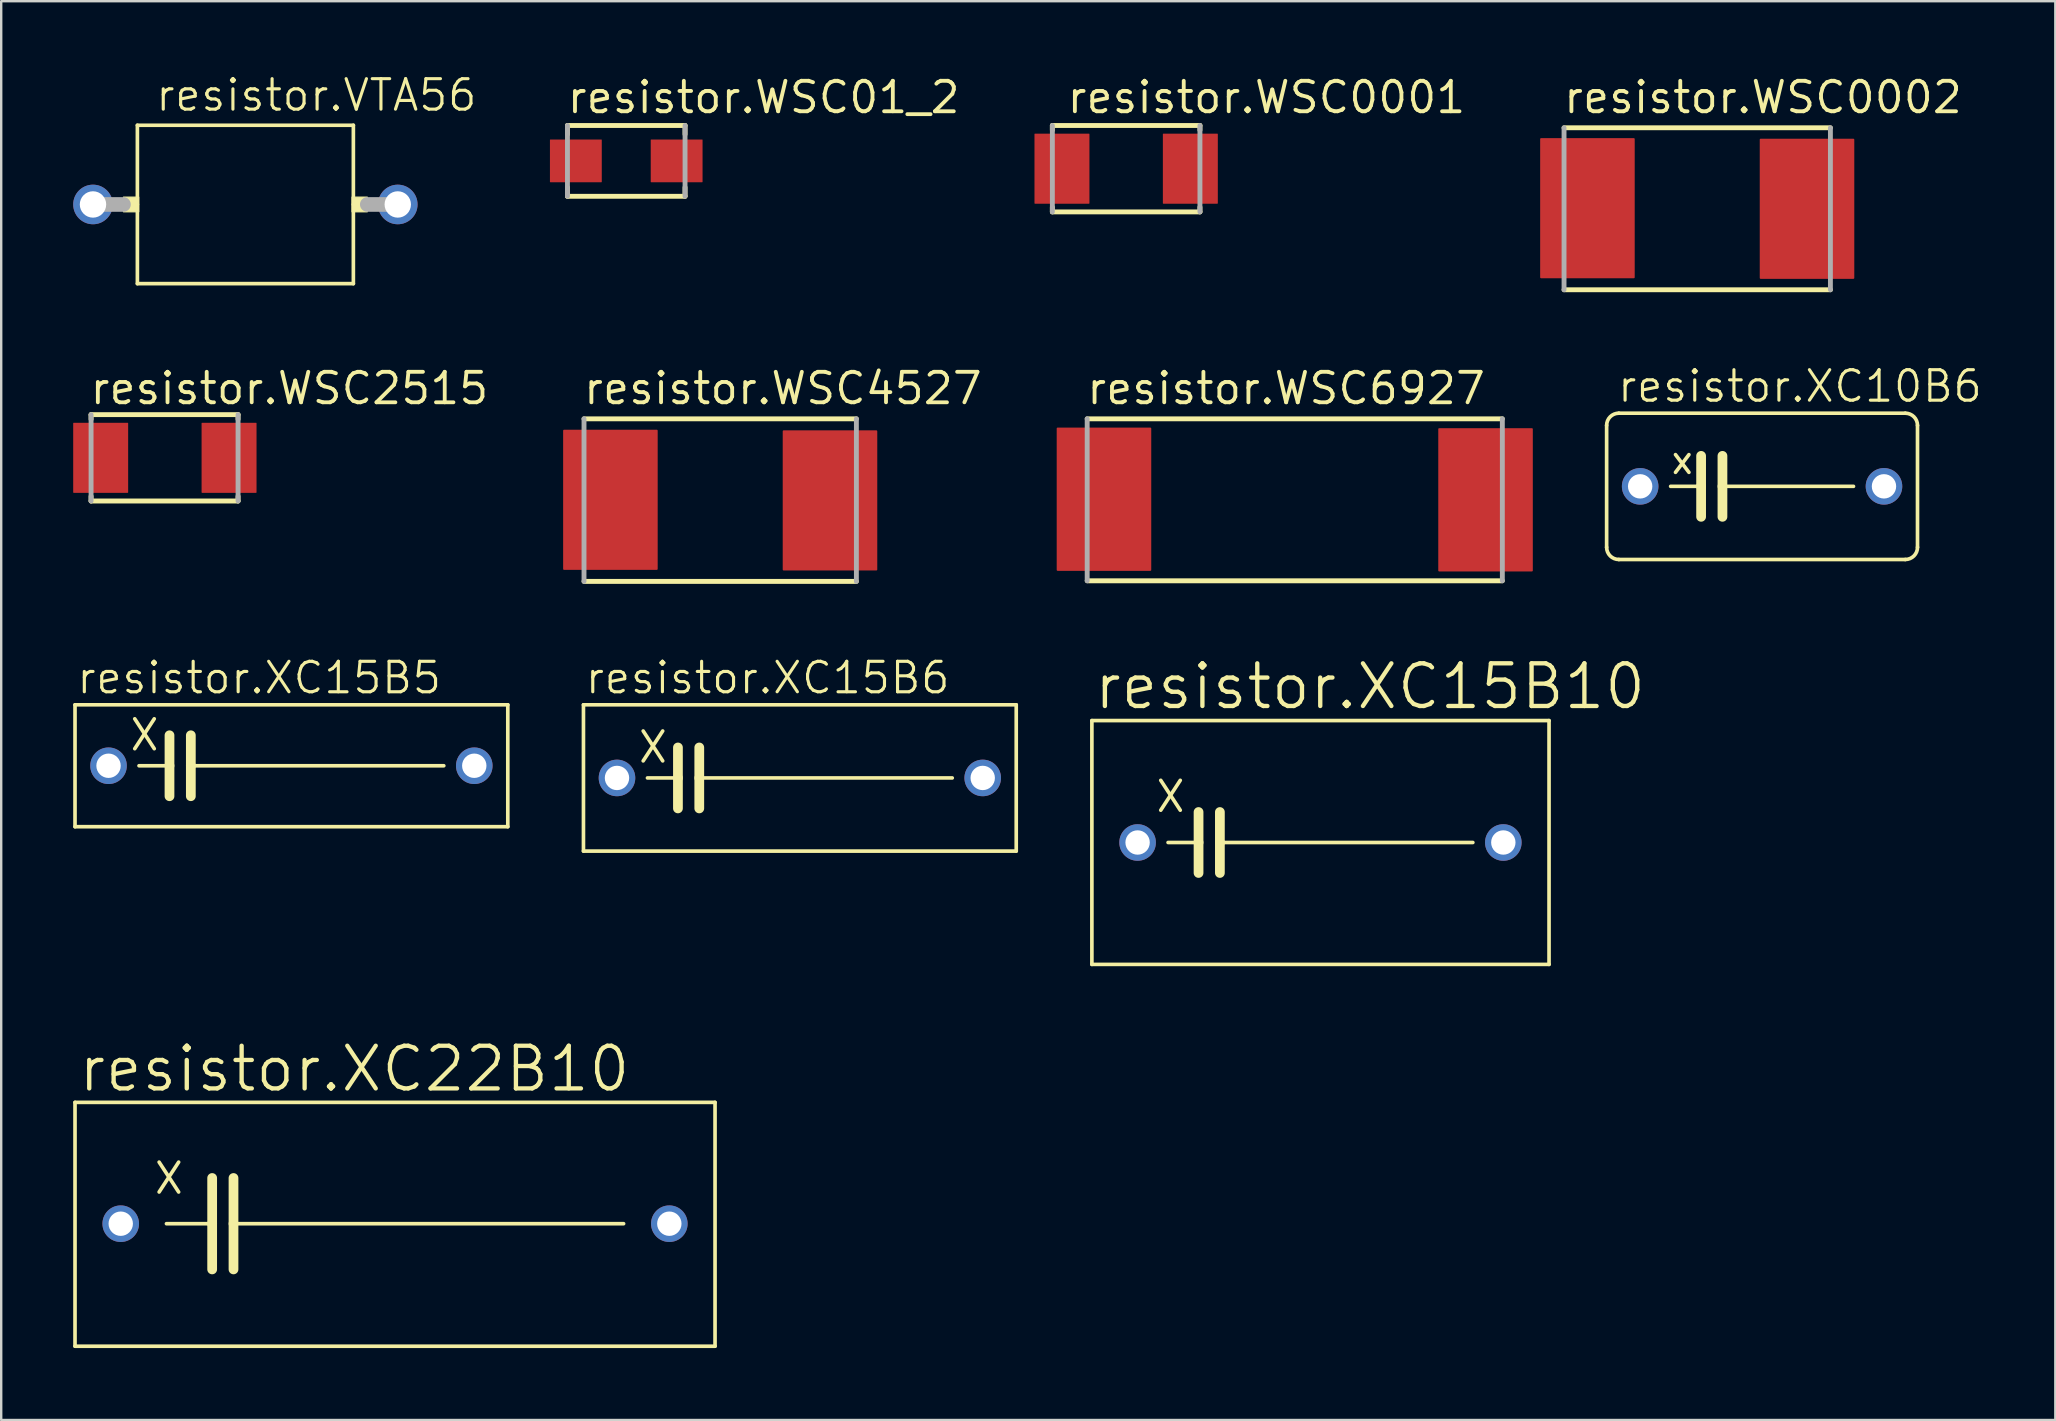
<source format=kicad_pcb>
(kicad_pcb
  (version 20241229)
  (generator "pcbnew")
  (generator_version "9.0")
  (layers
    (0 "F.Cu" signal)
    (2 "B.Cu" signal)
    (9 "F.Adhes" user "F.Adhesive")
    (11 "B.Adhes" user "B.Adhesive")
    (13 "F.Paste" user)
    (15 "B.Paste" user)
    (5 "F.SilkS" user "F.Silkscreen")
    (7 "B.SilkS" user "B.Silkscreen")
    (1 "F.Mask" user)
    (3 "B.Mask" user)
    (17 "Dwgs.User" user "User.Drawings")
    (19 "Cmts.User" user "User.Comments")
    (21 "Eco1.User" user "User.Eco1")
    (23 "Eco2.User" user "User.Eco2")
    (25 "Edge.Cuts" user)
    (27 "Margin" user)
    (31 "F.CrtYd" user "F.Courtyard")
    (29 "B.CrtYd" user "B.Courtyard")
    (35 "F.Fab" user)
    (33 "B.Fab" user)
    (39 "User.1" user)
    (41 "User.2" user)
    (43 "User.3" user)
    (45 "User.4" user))
  (footprint "resistor.WSC0002"
    (layer "F.Cu")
    (at 67.674 5.65)
    (property "Reference" "resistor.WSC0002" (at -5.65 -3.9 0) (layer "F.SilkS") (effects (font (size 1.27 1.27) (thickness 0.16)) (justify left bottom)))
    (attr smd)
    (fp_line (start -5.55 3.375) (end 5.55 3.375) (stroke (width 0.203) (type default)) (layer "F.SilkS"))
    (fp_line (start 5.55 -3.375) (end -5.55 -3.375) (stroke (width 0.203) (type default)) (layer "F.SilkS"))
    (fp_line (start -5.55 -3.375) (end -5.55 3.375) (stroke (width 0.203) (type default)) (layer "F.Fab"))
    (fp_line (start 5.55 3.375) (end 5.55 -3.375) (stroke (width 0.203) (type default)) (layer "F.Fab"))
    (pad "1" smd roundrect (at -4.575 -0.025) (size 3.94 5.84) (layers "F.Cu" "F.Mask" "F.Paste") (roundrect_rratio 0.01))
    (pad "2" smd roundrect (at 4.575 0) (size 3.94 5.84) (layers "F.Cu" "F.Mask" "F.Paste") (roundrect_rratio 0.01)))
  (footprint "resistor.WSC6927"
    (layer "F.Cu")
    (at 50.903 17.777)
    (property "Reference" "resistor.WSC6927" (at -8.75 -3.9 0) (layer "F.SilkS") (effects (font (size 1.27 1.27) (thickness 0.16)) (justify left bottom)))
    (attr smd)
    (fp_line (start -8.65 3.375) (end 8.65 3.375) (stroke (width 0.203) (type default)) (layer "F.SilkS"))
    (fp_line (start 8.65 -3.375) (end -8.65 -3.375) (stroke (width 0.203) (type default)) (layer "F.SilkS"))
    (fp_line (start -8.65 -3.375) (end -8.65 3.375) (stroke (width 0.203) (type default)) (layer "F.Fab"))
    (fp_line (start 8.65 3.375) (end 8.65 -3.375) (stroke (width 0.203) (type default)) (layer "F.Fab"))
    (pad "1" smd roundrect (at -7.95 -0.025) (size 3.94 5.97) (layers "F.Cu" "F.Mask" "F.Paste") (roundrect_rratio 0.01))
    (pad "2" smd roundrect (at 7.95 0) (size 3.94 5.97) (layers "F.Cu" "F.Mask" "F.Paste") (roundrect_rratio 0.01)))
  (footprint "resistor.XC15B6"
    (layer "F.Cu")
    (at 30.28 29.367)
    (property "Reference" "resistor.XC15B6" (at -9.017 -3.429 0) (layer "F.SilkS") (effects (font (size 1.27 1.27) (thickness 0.13)) (justify left bottom)))
    (attr through_hole)
    (fp_line (start -9.017 3.048) (end -9.017 -3.048) (stroke (width 0.152) (type default)) (layer "F.SilkS"))
    (fp_line (start -9.017 3.048) (end 9.017 3.048) (stroke (width 0.152) (type default)) (layer "F.SilkS"))
    (fp_line (start -6.528 -1.956) (end -5.715 -0.711) (stroke (width 0.152) (type default)) (layer "F.SilkS"))
    (fp_line (start -6.528 -0.711) (end -5.715 -1.956) (stroke (width 0.152) (type default)) (layer "F.SilkS"))
    (fp_line (start -6.35 0) (end -5.08 0) (stroke (width 0.152) (type default)) (layer "F.SilkS"))
    (fp_line (start -5.08 -1.27) (end -5.08 0) (stroke (width 0.406) (type default)) (layer "F.SilkS"))
    (fp_line (start -5.08 0) (end -5.08 1.27) (stroke (width 0.406) (type default)) (layer "F.SilkS"))
    (fp_line (start -4.191 -1.27) (end -4.191 0) (stroke (width 0.406) (type default)) (layer "F.SilkS"))
    (fp_line (start -4.191 0) (end -4.191 1.27) (stroke (width 0.406) (type default)) (layer "F.SilkS"))
    (fp_line (start 6.35 0) (end -4.191 0) (stroke (width 0.152) (type default)) (layer "F.SilkS"))
    (fp_line (start 9.017 -3.048) (end -9.017 -3.048) (stroke (width 0.152) (type default)) (layer "F.SilkS"))
    (fp_line (start 9.017 -3.048) (end 9.017 3.048) (stroke (width 0.152) (type default)) (layer "F.SilkS"))
    (pad "1" thru_hole circle (at -7.62 0) (size 1.524 1.524) (drill 1.016) (layers "*.Cu" "*.Mask"))
    (pad "2" thru_hole circle (at 7.62 0) (size 1.524 1.524) (drill 1.016) (layers "*.Cu" "*.Mask")))
  (footprint "resistor.WSC01_2"
    (layer "F.Cu")
    (at 23.046 3.654)
    (property "Reference" "resistor.WSC01_2" (at -2.544 -1.904 0) (layer "F.SilkS") (effects (font (size 1.27 1.27) (thickness 0.16)) (justify left bottom)))
    (attr smd)
    (fp_line (start -2.45 -1.475) (end -2.45 -1.106) (stroke (width 0.203) (type default)) (layer "F.SilkS"))
    (fp_line (start -2.45 1.106) (end -2.45 1.475) (stroke (width 0.203) (type default)) (layer "F.SilkS"))
    (fp_line (start -2.45 1.475) (end 2.45 1.475) (stroke (width 0.203) (type default)) (layer "F.SilkS"))
    (fp_line (start 2.45 -1.475) (end -2.45 -1.475) (stroke (width 0.203) (type default)) (layer "F.SilkS"))
    (fp_line (start 2.45 -1.106) (end 2.45 -1.475) (stroke (width 0.203) (type default)) (layer "F.SilkS"))
    (fp_line (start 2.45 1.475) (end 2.45 1.106) (stroke (width 0.203) (type default)) (layer "F.SilkS"))
    (fp_line (start -2.45 -1.475) (end -2.45 1.475) (stroke (width 0.203) (type default)) (layer "F.Fab"))
    (fp_line (start 2.45 1.475) (end 2.45 -1.475) (stroke (width 0.203) (type default)) (layer "F.Fab"))
    (pad "1" smd roundrect (at -2.1 0) (size 2.16 1.78) (layers "F.Cu" "F.Mask" "F.Paste") (roundrect_rratio 0.01))
    (pad "2" smd roundrect (at 2.1 0) (size 2.16 1.78) (layers "F.Cu" "F.Mask" "F.Paste") (roundrect_rratio 0.01)))
  (footprint "resistor.XC10B6"
    (layer "F.Cu")
    (at 70.376 17.216)
    (property "Reference" "resistor.XC10B6" (at -6.096 -3.429 0) (layer "F.SilkS") (effects (font (size 1.27 1.27) (thickness 0.13)) (justify left bottom)))
    (attr through_hole)
    (fp_line (start -6.477 2.54) (end -6.477 -2.54) (stroke (width 0.152) (type default)) (layer "F.SilkS"))
    (fp_line (start -5.969 3.048) (end 5.969 3.048) (stroke (width 0.152) (type default)) (layer "F.SilkS"))
    (fp_line (start -3.81 0) (end -2.54 0) (stroke (width 0.152) (type default)) (layer "F.SilkS"))
    (fp_line (start -3.607 -1.321) (end -3.048 -0.584) (stroke (width 0.152) (type default)) (layer "F.SilkS"))
    (fp_line (start -3.607 -0.584) (end -3.048 -1.321) (stroke (width 0.152) (type default)) (layer "F.SilkS"))
    (fp_line (start -2.54 -1.27) (end -2.54 0) (stroke (width 0.406) (type default)) (layer "F.SilkS"))
    (fp_line (start -2.54 0) (end -2.54 1.27) (stroke (width 0.406) (type default)) (layer "F.SilkS"))
    (fp_line (start -1.651 -1.27) (end -1.651 0) (stroke (width 0.406) (type default)) (layer "F.SilkS"))
    (fp_line (start -1.651 0) (end -1.651 1.27) (stroke (width 0.406) (type default)) (layer "F.SilkS"))
    (fp_line (start 3.81 0) (end -1.651 0) (stroke (width 0.152) (type default)) (layer "F.SilkS"))
    (fp_line (start 5.969 -3.048) (end -5.969 -3.048) (stroke (width 0.152) (type default)) (layer "F.SilkS"))
    (fp_line (start 6.477 -2.54) (end 6.477 2.54) (stroke (width 0.152) (type default)) (layer "F.SilkS"))
    (fp_arc (start -6.477 -2.54) (mid -6.32821 -2.89921) (end -5.969 -3.048) (stroke (width 0.1524) (type default)) (layer "F.SilkS"))
    (fp_arc (start -5.969 3.048) (mid -6.32821 2.89921) (end -6.477 2.54) (stroke (width 0.1524) (type default)) (layer "F.SilkS"))
    (fp_arc (start 5.969 -3.048) (mid 6.32821 -2.89921) (end 6.477 -2.54) (stroke (width 0.1524) (type default)) (layer "F.SilkS"))
    (fp_arc (start 6.477 2.54) (mid 6.32821 2.89921) (end 5.969 3.048) (stroke (width 0.1524) (type default)) (layer "F.SilkS"))
    (pad "1" thru_hole circle (at -5.08 0) (size 1.524 1.524) (drill 1.016) (layers "*.Cu" "*.Mask"))
    (pad "2" thru_hole circle (at 5.08 0) (size 1.524 1.524) (drill 1.016) (layers "*.Cu" "*.Mask")))
  (footprint "resistor.WSC4527"
    (layer "F.Cu")
    (at 26.961 17.802)
    (property "Reference" "resistor.WSC4527" (at -5.775 -3.925 0) (layer "F.SilkS") (effects (font (size 1.27 1.27) (thickness 0.16)) (justify left bottom)))
    (attr smd)
    (fp_line (start -5.675 3.375) (end 5.675 3.375) (stroke (width 0.203) (type default)) (layer "F.SilkS"))
    (fp_line (start 5.675 -3.4) (end -5.675 -3.4) (stroke (width 0.203) (type default)) (layer "F.SilkS"))
    (fp_line (start -5.675 -3.4) (end -5.675 3.375) (stroke (width 0.203) (type default)) (layer "F.Fab"))
    (fp_line (start 5.675 3.375) (end 5.675 -3.4) (stroke (width 0.203) (type default)) (layer "F.Fab"))
    (pad "1" smd roundrect (at -4.575 -0.025) (size 3.94 5.84) (layers "F.Cu" "F.Mask" "F.Paste") (roundrect_rratio 0.01))
    (pad "2" smd roundrect (at 4.575 0) (size 3.94 5.84) (layers "F.Cu" "F.Mask" "F.Paste") (roundrect_rratio 0.01)))
  (footprint "resistor.WSC0001"
    (layer "F.Cu")
    (at 43.877 3.979)
    (property "Reference" "resistor.WSC0001" (at -2.544 -2.229 0) (layer "F.SilkS") (effects (font (size 1.27 1.27) (thickness 0.16)) (justify left bottom)))
    (attr smd)
    (fp_line (start -3.075 -1.8) (end -3.075 -1.606) (stroke (width 0.203) (type default)) (layer "F.SilkS"))
    (fp_line (start -3.075 1.606) (end -3.075 1.8) (stroke (width 0.203) (type default)) (layer "F.SilkS"))
    (fp_line (start -3.075 1.8) (end 3.075 1.8) (stroke (width 0.203) (type default)) (layer "F.SilkS"))
    (fp_line (start 3.075 -1.8) (end -3.075 -1.8) (stroke (width 0.203) (type default)) (layer "F.SilkS"))
    (fp_line (start 3.075 -1.606) (end 3.075 -1.8) (stroke (width 0.203) (type default)) (layer "F.SilkS"))
    (fp_line (start 3.075 1.8) (end 3.075 1.606) (stroke (width 0.203) (type default)) (layer "F.SilkS"))
    (fp_line (start -3.075 -1.8) (end -3.075 1.8) (stroke (width 0.203) (type default)) (layer "F.Fab"))
    (fp_line (start 3.075 1.8) (end 3.075 -1.8) (stroke (width 0.203) (type default)) (layer "F.Fab"))
    (pad "1" smd roundrect (at -2.675 0) (size 2.29 2.92) (layers "F.Cu" "F.Mask" "F.Paste") (roundrect_rratio 0.01))
    (pad "2" smd roundrect (at 2.675 0) (size 2.29 2.92) (layers "F.Cu" "F.Mask" "F.Paste") (roundrect_rratio 0.01)))
  (footprint "resistor.XC15B5"
    (layer "F.Cu")
    (at 9.093 28.859)
    (property "Reference" "resistor.XC15B5" (at -9.017 -2.921 0) (layer "F.SilkS") (effects (font (size 1.27 1.27) (thickness 0.13)) (justify left bottom)))
    (attr through_hole)
    (fp_line (start -9.017 2.54) (end -9.017 -2.54) (stroke (width 0.152) (type default)) (layer "F.SilkS"))
    (fp_line (start -9.017 2.54) (end 9.017 2.54) (stroke (width 0.152) (type default)) (layer "F.SilkS"))
    (fp_line (start -6.528 -1.956) (end -5.715 -0.711) (stroke (width 0.152) (type default)) (layer "F.SilkS"))
    (fp_line (start -6.528 -0.711) (end -5.715 -1.956) (stroke (width 0.152) (type default)) (layer "F.SilkS"))
    (fp_line (start -6.35 0) (end -5.08 0) (stroke (width 0.152) (type default)) (layer "F.SilkS"))
    (fp_line (start -5.08 -1.27) (end -5.08 0) (stroke (width 0.406) (type default)) (layer "F.SilkS"))
    (fp_line (start -5.08 0) (end -5.08 1.27) (stroke (width 0.406) (type default)) (layer "F.SilkS"))
    (fp_line (start -4.191 -1.27) (end -4.191 0) (stroke (width 0.406) (type default)) (layer "F.SilkS"))
    (fp_line (start -4.191 0) (end -4.191 1.27) (stroke (width 0.406) (type default)) (layer "F.SilkS"))
    (fp_line (start 6.35 0) (end -4.191 0) (stroke (width 0.152) (type default)) (layer "F.SilkS"))
    (fp_line (start 9.017 -2.54) (end -9.017 -2.54) (stroke (width 0.152) (type default)) (layer "F.SilkS"))
    (fp_line (start 9.017 -2.54) (end 9.017 2.54) (stroke (width 0.152) (type default)) (layer "F.SilkS"))
    (pad "1" thru_hole circle (at -7.62 0) (size 1.524 1.524) (drill 1.016) (layers "*.Cu" "*.Mask"))
    (pad "2" thru_hole circle (at 7.62 0) (size 1.524 1.524) (drill 1.016) (layers "*.Cu" "*.Mask")))
  (footprint "resistor.XC15B10"
    (layer "F.Cu")
    (at 51.974 32.057)
    (property "Reference" "resistor.XC15B10" (at -9.525 -5.461 0) (layer "F.SilkS") (effects (font (size 1.778 1.778) (thickness 0.18)) (justify left bottom)))
    (attr through_hole)
    (fp_line (start -9.525 5.08) (end -9.525 -5.08) (stroke (width 0.152) (type default)) (layer "F.SilkS"))
    (fp_line (start -9.525 5.08) (end 9.525 5.08) (stroke (width 0.152) (type default)) (layer "F.SilkS"))
    (fp_line (start -6.655 -2.591) (end -5.842 -1.346) (stroke (width 0.152) (type default)) (layer "F.SilkS"))
    (fp_line (start -6.655 -1.346) (end -5.842 -2.591) (stroke (width 0.152) (type default)) (layer "F.SilkS"))
    (fp_line (start -6.35 0) (end -5.08 0) (stroke (width 0.152) (type default)) (layer "F.SilkS"))
    (fp_line (start -5.08 -1.27) (end -5.08 0) (stroke (width 0.406) (type default)) (layer "F.SilkS"))
    (fp_line (start -5.08 0) (end -5.08 1.27) (stroke (width 0.406) (type default)) (layer "F.SilkS"))
    (fp_line (start -4.191 -1.27) (end -4.191 0) (stroke (width 0.406) (type default)) (layer "F.SilkS"))
    (fp_line (start -4.191 0) (end -4.191 1.27) (stroke (width 0.406) (type default)) (layer "F.SilkS"))
    (fp_line (start 6.35 0) (end -4.191 0) (stroke (width 0.152) (type default)) (layer "F.SilkS"))
    (fp_line (start 9.525 -5.08) (end -9.525 -5.08) (stroke (width 0.152) (type default)) (layer "F.SilkS"))
    (fp_line (start 9.525 -5.08) (end 9.525 5.08) (stroke (width 0.152) (type default)) (layer "F.SilkS"))
    (pad "1" thru_hole circle (at -7.62 0) (size 1.524 1.524) (drill 1.016) (layers "*.Cu" "*.Mask"))
    (pad "2" thru_hole circle (at 7.62 0) (size 1.524 1.524) (drill 1.016) (layers "*.Cu" "*.Mask")))
  (footprint "resistor.WSC2515"
    (layer "F.Cu")
    (at 3.82 16.027)
    (property "Reference" "resistor.WSC2515" (at -3.2 -2.15 0) (layer "F.SilkS") (effects (font (size 1.27 1.27) (thickness 0.16)) (justify left bottom)))
    (attr smd)
    (fp_line (start -3.075 -1.8) (end -3.075 -1.606) (stroke (width 0.203) (type default)) (layer "F.SilkS"))
    (fp_line (start -3.075 1.606) (end -3.075 1.8) (stroke (width 0.203) (type default)) (layer "F.SilkS"))
    (fp_line (start -3.075 1.8) (end 3.05 1.8) (stroke (width 0.203) (type default)) (layer "F.SilkS"))
    (fp_line (start 3.05 -1.8) (end -3.075 -1.8) (stroke (width 0.203) (type default)) (layer "F.SilkS"))
    (fp_line (start 3.05 -1.606) (end 3.05 -1.8) (stroke (width 0.203) (type default)) (layer "F.SilkS"))
    (fp_line (start 3.05 1.8) (end 3.05 1.606) (stroke (width 0.203) (type default)) (layer "F.SilkS"))
    (fp_line (start -3.075 -1.8) (end -3.075 1.8) (stroke (width 0.203) (type default)) (layer "F.Fab"))
    (fp_line (start 3.05 1.8) (end 3.05 -1.8) (stroke (width 0.203) (type default)) (layer "F.Fab"))
    (pad "1" smd roundrect (at -2.675 0) (size 2.29 2.92) (layers "F.Cu" "F.Mask" "F.Paste") (roundrect_rratio 0.01))
    (pad "2" smd roundrect (at 2.675 0) (size 2.29 2.92) (layers "F.Cu" "F.Mask" "F.Paste") (roundrect_rratio 0.01)))
  (footprint "resistor.VTA56"
    (layer "F.Cu")
    (at 7.175 5.47)
    (property "Reference" "resistor.VTA56" (at -3.81 -3.81 0) (layer "F.SilkS") (effects (font (size 1.27 1.27) (thickness 0.13)) (justify left bottom)))
    (attr through_hole)
    (fp_line (start -4.5 -3.3) (end -4.5 0) (stroke (width 0.152) (type default)) (layer "F.SilkS"))
    (fp_line (start -4.5 0) (end -4.5 3.3) (stroke (width 0.152) (type default)) (layer "F.SilkS"))
    (fp_line (start -4.5 3.3) (end 4.5 3.3) (stroke (width 0.152) (type default)) (layer "F.SilkS"))
    (fp_line (start 4.5 -3.3) (end -4.5 -3.3) (stroke (width 0.152) (type default)) (layer "F.SilkS"))
    (fp_line (start 4.5 0) (end 4.5 -3.3) (stroke (width 0.152) (type default)) (layer "F.SilkS"))
    (fp_line (start 4.5 3.3) (end 4.5 0) (stroke (width 0.152) (type default)) (layer "F.SilkS"))
    (fp_rect (start -5.08 0.305) (end -4.445 -0.305) (stroke (width 0.05) (type default)) (fill yes) (layer "F.SilkS"))
    (fp_rect (start 4.445 0.305) (end 5.08 -0.305) (stroke (width 0.05) (type default)) (fill yes) (layer "F.SilkS"))
    (fp_line (start -6.35 0) (end -5.08 0) (stroke (width 0.61) (type default)) (layer "F.Fab"))
    (fp_line (start 5.08 0) (end 6.35 0) (stroke (width 0.61) (type default)) (layer "F.Fab"))
    (pad "1" thru_hole circle (at -6.35 0) (size 1.65 1.65) (drill 1.1) (layers "*.Cu" "*.Mask"))
    (pad "2" thru_hole circle (at 6.35 0) (size 1.65 1.65) (drill 1.1) (layers "*.Cu" "*.Mask")))
  (footprint "resistor.XC22B10"
    (layer "F.Cu")
    (at 13.411 47.967)
    (property "Reference" "resistor.XC22B10" (at -13.284 -5.436 0) (layer "F.SilkS") (effects (font (size 1.778 1.778) (thickness 0.18)) (justify left bottom)))
    (attr through_hole)
    (fp_line (start -13.335 5.08) (end -13.335 -5.08) (stroke (width 0.152) (type default)) (layer "F.SilkS"))
    (fp_line (start -13.335 5.08) (end 13.335 5.08) (stroke (width 0.152) (type default)) (layer "F.SilkS"))
    (fp_line (start -9.83 -2.591) (end -9.017 -1.346) (stroke (width 0.152) (type default)) (layer "F.SilkS"))
    (fp_line (start -9.83 -1.346) (end -9.017 -2.591) (stroke (width 0.152) (type default)) (layer "F.SilkS"))
    (fp_line (start -9.525 -0.025) (end -7.62 -0.025) (stroke (width 0.152) (type default)) (layer "F.SilkS"))
    (fp_line (start -7.62 -1.93) (end -7.62 -0.025) (stroke (width 0.406) (type default)) (layer "F.SilkS"))
    (fp_line (start -7.62 -0.025) (end -7.62 1.88) (stroke (width 0.406) (type default)) (layer "F.SilkS"))
    (fp_line (start -6.731 -1.93) (end -6.731 -0.025) (stroke (width 0.406) (type default)) (layer "F.SilkS"))
    (fp_line (start -6.731 -0.025) (end -6.731 1.88) (stroke (width 0.406) (type default)) (layer "F.SilkS"))
    (fp_line (start -6.731 -0.025) (end 9.525 -0.025) (stroke (width 0.152) (type default)) (layer "F.SilkS"))
    (fp_line (start 13.335 -5.08) (end -13.335 -5.08) (stroke (width 0.152) (type default)) (layer "F.SilkS"))
    (fp_line (start 13.335 -5.08) (end 13.335 5.08) (stroke (width 0.152) (type default)) (layer "F.SilkS"))
    (pad "1" thru_hole circle (at -11.43 -0.025) (size 1.524 1.524) (drill 1.016) (layers "*.Cu" "*.Mask"))
    (pad "2" thru_hole circle (at 11.43 -0.025) (size 1.524 1.524) (drill 1.016) (layers "*.Cu" "*.Mask")))
  (gr_rect
    (start -3 -3)
    (end 82.596 56.123)
    (stroke (width 0.1) (type default))
    (fill no)
    (layer "Edge.Cuts")))
</source>
